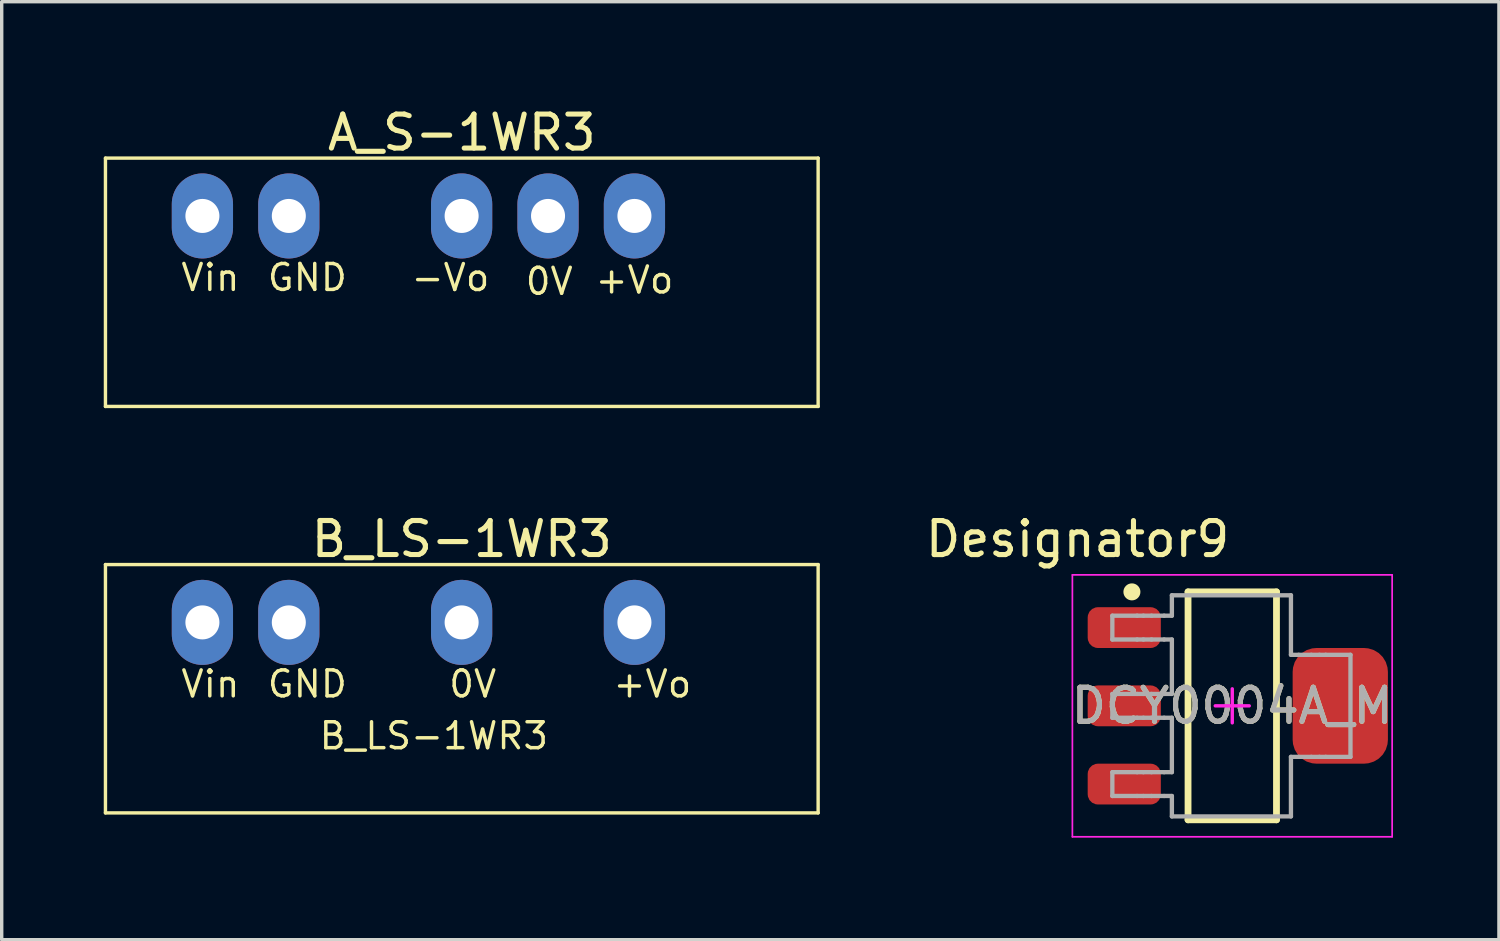
<source format=kicad_pcb>
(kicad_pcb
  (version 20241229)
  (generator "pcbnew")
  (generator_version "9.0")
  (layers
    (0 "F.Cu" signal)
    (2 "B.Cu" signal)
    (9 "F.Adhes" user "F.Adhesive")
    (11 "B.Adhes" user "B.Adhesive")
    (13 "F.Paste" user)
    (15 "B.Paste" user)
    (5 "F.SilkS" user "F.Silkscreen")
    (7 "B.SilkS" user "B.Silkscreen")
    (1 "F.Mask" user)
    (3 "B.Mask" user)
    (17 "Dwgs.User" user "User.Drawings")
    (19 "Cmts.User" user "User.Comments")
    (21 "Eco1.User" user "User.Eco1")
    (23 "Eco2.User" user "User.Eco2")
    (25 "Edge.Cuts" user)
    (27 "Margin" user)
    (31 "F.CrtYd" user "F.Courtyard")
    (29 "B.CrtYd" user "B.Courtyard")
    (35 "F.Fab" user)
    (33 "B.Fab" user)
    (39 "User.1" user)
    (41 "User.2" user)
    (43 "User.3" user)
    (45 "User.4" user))
  (footprint "DCY0004A_M"
    (layer "F.Cu")
    (at 33.174 17.699)
    (property "Reference" "DCY0004A_M" (at 0 0 0) (unlocked yes) (layer "F.SilkS") (effects (font (size 1 1) (thickness 0.15))))
    (attr smd)
    (fp_line (start -1.3 -3.35) (end 1.3 -3.35) (stroke (width 0.2) (type solid)) (layer "F.SilkS"))
    (fp_line (start -1.3 3.35) (end -1.3 -3.35) (stroke (width 0.2) (type solid)) (layer "F.SilkS"))
    (fp_line (start -1.3 3.35) (end 1.3 3.35) (stroke (width 0.2) (type solid)) (layer "F.SilkS"))
    (fp_line (start 1.3 3.35) (end 1.3 -3.35) (stroke (width 0.2) (type solid)) (layer "F.SilkS"))
    (fp_circle (center -2.95 -3.35) (end -2.825 -3.35) (stroke (width 0.25) (type solid)) (fill no) (layer "F.SilkS"))
    (fp_line (start -4.7 -3.85) (end 4.7 -3.85) (stroke (width 0.05) (type solid)) (layer "F.CrtYd"))
    (fp_line (start -4.7 3.85) (end -4.7 -3.85) (stroke (width 0.05) (type solid)) (layer "F.CrtYd"))
    (fp_line (start -4.7 3.85) (end 4.7 3.85) (stroke (width 0.05) (type solid)) (layer "F.CrtYd"))
    (fp_line (start -0.5 0) (end 0.5 0) (stroke (width 0.1) (type solid)) (layer "F.CrtYd"))
    (fp_line (start 0 0.5) (end 0 -0.5) (stroke (width 0.1) (type solid)) (layer "F.CrtYd"))
    (fp_line (start 4.7 3.85) (end 4.7 -3.85) (stroke (width 0.05) (type solid)) (layer "F.CrtYd"))
    (fp_line (start -3.525 -2.65) (end -2.797 -2.65) (stroke (width 0.127) (type solid)) (layer "F.Fab"))
    (fp_line (start -3.525 -1.95) (end -3.525 -2.65) (stroke (width 0.127) (type solid)) (layer "F.Fab"))
    (fp_line (start -3.525 -1.95) (end -2.797 -1.95) (stroke (width 0.127) (type solid)) (layer "F.Fab"))
    (fp_line (start -3.525 -0.35) (end -2.797 -0.35) (stroke (width 0.127) (type solid)) (layer "F.Fab"))
    (fp_line (start -3.525 0.35) (end -3.525 -0.35) (stroke (width 0.127) (type solid)) (layer "F.Fab"))
    (fp_line (start -3.525 0.35) (end -2.797 0.35) (stroke (width 0.127) (type solid)) (layer "F.Fab"))
    (fp_line (start -3.525 1.95) (end -2.797 1.95) (stroke (width 0.127) (type solid)) (layer "F.Fab"))
    (fp_line (start -3.525 2.65) (end -3.525 1.95) (stroke (width 0.127) (type solid)) (layer "F.Fab"))
    (fp_line (start -3.525 2.65) (end -2.797 2.65) (stroke (width 0.127) (type solid)) (layer "F.Fab"))
    (fp_line (start -2.797 -2.65) (end -2.612 -2.65) (stroke (width 0.127) (type solid)) (layer "F.Fab"))
    (fp_line (start -2.797 -1.95) (end -2.612 -1.95) (stroke (width 0.127) (type solid)) (layer "F.Fab"))
    (fp_line (start -2.797 -0.35) (end -2.612 -0.35) (stroke (width 0.127) (type solid)) (layer "F.Fab"))
    (fp_line (start -2.797 0.35) (end -2.612 0.35) (stroke (width 0.127) (type solid)) (layer "F.Fab"))
    (fp_line (start -2.797 1.95) (end -2.612 1.95) (stroke (width 0.127) (type solid)) (layer "F.Fab"))
    (fp_line (start -2.797 2.65) (end -2.612 2.65) (stroke (width 0.127) (type solid)) (layer "F.Fab"))
    (fp_line (start -2.612 -2.65) (end -2.374 -2.65) (stroke (width 0.127) (type solid)) (layer "F.Fab"))
    (fp_line (start -2.612 -1.95) (end -2.374 -1.95) (stroke (width 0.127) (type solid)) (layer "F.Fab"))
    (fp_line (start -2.612 -0.35) (end -2.374 -0.35) (stroke (width 0.127) (type solid)) (layer "F.Fab"))
    (fp_line (start -2.612 0.35) (end -2.374 0.35) (stroke (width 0.127) (type solid)) (layer "F.Fab"))
    (fp_line (start -2.612 1.95) (end -2.374 1.95) (stroke (width 0.127) (type solid)) (layer "F.Fab"))
    (fp_line (start -2.612 2.65) (end -2.374 2.65) (stroke (width 0.127) (type solid)) (layer "F.Fab"))
    (fp_line (start -2.374 -2.65) (end -2.003 -2.65) (stroke (width 0.127) (type solid)) (layer "F.Fab"))
    (fp_line (start -2.374 -1.95) (end -2.003 -1.95) (stroke (width 0.127) (type solid)) (layer "F.Fab"))
    (fp_line (start -2.374 -0.35) (end -2.003 -0.35) (stroke (width 0.127) (type solid)) (layer "F.Fab"))
    (fp_line (start -2.374 0.35) (end -2.003 0.35) (stroke (width 0.127) (type solid)) (layer "F.Fab"))
    (fp_line (start -2.374 1.95) (end -2.003 1.95) (stroke (width 0.127) (type solid)) (layer "F.Fab"))
    (fp_line (start -2.374 2.65) (end -2.003 2.65) (stroke (width 0.127) (type solid)) (layer "F.Fab"))
    (fp_line (start -2.003 -2.65) (end -1.775 -2.65) (stroke (width 0.127) (type solid)) (layer "F.Fab"))
    (fp_line (start -2.003 -1.95) (end -1.775 -1.95) (stroke (width 0.127) (type solid)) (layer "F.Fab"))
    (fp_line (start -2.003 -0.35) (end -1.775 -0.35) (stroke (width 0.127) (type solid)) (layer "F.Fab"))
    (fp_line (start -2.003 0.35) (end -1.775 0.35) (stroke (width 0.127) (type solid)) (layer "F.Fab"))
    (fp_line (start -2.003 1.95) (end -1.775 1.95) (stroke (width 0.127) (type solid)) (layer "F.Fab"))
    (fp_line (start -2.003 2.65) (end -1.775 2.65) (stroke (width 0.127) (type solid)) (layer "F.Fab"))
    (fp_line (start -1.775 -3.25) (end 1.725 -3.25) (stroke (width 0.127) (type solid)) (layer "F.Fab"))
    (fp_line (start -1.775 -2.65) (end -1.775 -3.25) (stroke (width 0.127) (type solid)) (layer "F.Fab"))
    (fp_line (start -1.775 -0.35) (end -1.775 -1.95) (stroke (width 0.127) (type solid)) (layer "F.Fab"))
    (fp_line (start -1.775 1.95) (end -1.775 0.35) (stroke (width 0.127) (type solid)) (layer "F.Fab"))
    (fp_line (start -1.775 3.25) (end -1.775 2.65) (stroke (width 0.127) (type solid)) (layer "F.Fab"))
    (fp_line (start -1.775 3.25) (end 1.725 3.25) (stroke (width 0.127) (type solid)) (layer "F.Fab"))
    (fp_line (start 1.725 -1.5) (end 1.725 -3.25) (stroke (width 0.127) (type solid)) (layer "F.Fab"))
    (fp_line (start 1.725 -1.5) (end 1.953 -1.5) (stroke (width 0.127) (type solid)) (layer "F.Fab"))
    (fp_line (start 1.725 1.5) (end 1.953 1.5) (stroke (width 0.127) (type solid)) (layer "F.Fab"))
    (fp_line (start 1.725 3.25) (end 1.725 1.5) (stroke (width 0.127) (type solid)) (layer "F.Fab"))
    (fp_line (start 1.953 -1.5) (end 2.324 -1.5) (stroke (width 0.127) (type solid)) (layer "F.Fab"))
    (fp_line (start 1.953 1.5) (end 2.324 1.5) (stroke (width 0.127) (type solid)) (layer "F.Fab"))
    (fp_line (start 2.324 -1.5) (end 2.562 -1.5) (stroke (width 0.127) (type solid)) (layer "F.Fab"))
    (fp_line (start 2.324 1.5) (end 2.562 1.5) (stroke (width 0.127) (type solid)) (layer "F.Fab"))
    (fp_line (start 2.562 -1.5) (end 2.747 -1.5) (stroke (width 0.127) (type solid)) (layer "F.Fab"))
    (fp_line (start 2.562 1.5) (end 2.747 1.5) (stroke (width 0.127) (type solid)) (layer "F.Fab"))
    (fp_line (start 2.747 -1.5) (end 3.475 -1.5) (stroke (width 0.127) (type solid)) (layer "F.Fab"))
    (fp_line (start 2.747 1.5) (end 3.475 1.5) (stroke (width 0.127) (type solid)) (layer "F.Fab"))
    (fp_line (start 3.475 1.5) (end 3.475 -1.5) (stroke (width 0.127) (type solid)) (layer "F.Fab"))
    (fp_text user "Designator9" (at -4.547 -4.902 0) (unlocked yes) (layer "F.SilkS") (effects (font (size 1 1) (thickness 0.15))))
    (fp_text user "${REFERENCE}" (at 0 0 0) (unlocked yes) (layer "F.Fab") (effects (font (size 1 1) (thickness 0.15))))
    (pad "1" smd roundrect (at -3.175 -2.3 90) (size 1.2 2.15) (layers "F.Cu" "F.Mask" "F.Paste") (roundrect_rratio 0.25))
    (pad "2" smd roundrect (at -3.175 0 90) (size 1.2 2.15) (layers "F.Cu" "F.Mask" "F.Paste") (roundrect_rratio 0.25))
    (pad "3" smd roundrect (at -3.175 2.3 90) (size 1.2 2.15) (layers "F.Cu" "F.Mask" "F.Paste") (roundrect_rratio 0.25))
    (pad "4" smd roundrect (at 3.175 0 90) (size 3.4 2.8) (layers "F.Cu" "F.Mask" "F.Paste") (roundrect_rratio 0.25)))
  (footprint "B_LS-1WR3"
    (layer "F.Cu")
    (at 9.25 15.246)
    (property "Reference" "B_LS-1WR3" (at 1.275 -2.45 0) (layer "F.SilkS") (effects (font (size 1 1) (thickness 0.15))))
    (fp_line (start -9.2 -1.7) (end 11.75 -1.7) (stroke (width 0.1) (type solid)) (layer "F.SilkS"))
    (fp_line (start -9.2 5.6) (end -9.2 -1.7) (stroke (width 0.1) (type solid)) (layer "F.SilkS"))
    (fp_line (start -9.2 5.6) (end 11.75 5.6) (stroke (width 0.1) (type solid)) (layer "F.SilkS"))
    (fp_line (start 11.75 5.6) (end 11.75 -1.7) (stroke (width 0.1) (type solid)) (layer "F.SilkS"))
    (fp_text user "+Vo" (at 5.666 2.257 0) (unlocked yes) (layer "F.SilkS") (effects (font (size 0.762 0.762) (thickness 0.102)) (justify left bottom)))
    (fp_text user "GND" (at -4.494 2.257 0) (unlocked yes) (layer "F.SilkS") (effects (font (size 0.762 0.762) (thickness 0.102)) (justify left bottom)))
    (fp_text user "B_LS-1WR3" (at -2.97 3.781 0) (unlocked yes) (layer "F.SilkS") (effects (font (size 0.762 0.762) (thickness 0.102)) (justify left bottom)))
    (fp_text user "Vin" (at -7.034 2.257 0) (unlocked yes) (layer "F.SilkS") (effects (font (size 0.762 0.762) (thickness 0.102)) (justify left bottom)))
    (fp_text user "0V" (at 0.84 2.257 0) (unlocked yes) (layer "F.SilkS") (effects (font (size 0.762 0.762) (thickness 0.102)) (justify left bottom)))
    (pad "1" thru_hole oval (at -6.35 0) (size 1.8 2.5) (drill 1) (layers "*.Cu" "*.Mask"))
    (pad "2" thru_hole oval (at -3.81 0) (size 1.8 2.5) (drill 1) (layers "*.Cu" "*.Mask"))
    (pad "4" thru_hole oval (at 1.27 0) (size 1.8 2.5) (drill 1) (layers "*.Cu" "*.Mask"))
    (pad "6" thru_hole oval (at 6.35 0) (size 1.8 2.5) (drill 1) (layers "*.Cu" "*.Mask")))
  (footprint "A_S-1WR3"
    (layer "F.Cu")
    (at 9.25 3.298)
    (property "Reference" "A_S-1WR3" (at 1.275 -2.45 0) (layer "F.SilkS") (effects (font (size 1 1) (thickness 0.15))))
    (fp_line (start -9.2 -1.7) (end 11.75 -1.7) (stroke (width 0.1) (type solid)) (layer "F.SilkS"))
    (fp_line (start -9.2 5.6) (end -9.2 -1.7) (stroke (width 0.1) (type solid)) (layer "F.SilkS"))
    (fp_line (start -9.2 5.6) (end 11.75 5.6) (stroke (width 0.1) (type solid)) (layer "F.SilkS"))
    (fp_line (start 11.75 5.6) (end 11.75 -1.7) (stroke (width 0.1) (type solid)) (layer "F.SilkS"))
    (fp_text user "GND" (at -4.494 2.257 0) (unlocked yes) (layer "F.SilkS") (effects (font (size 0.762 0.762) (thickness 0.102)) (justify left bottom)))
    (fp_text user "0V" (at 3.09 2.37 0) (unlocked yes) (layer "F.SilkS") (effects (font (size 0.762 0.762) (thickness 0.102)) (justify left bottom)))
    (fp_text user "-Vo" (at -0.27 2.26 0) (unlocked yes) (layer "F.SilkS") (effects (font (size 0.762 0.762) (thickness 0.102)) (justify left bottom)))
    (fp_text user "+Vo" (at 5.14 2.33 0) (unlocked yes) (layer "F.SilkS") (effects (font (size 0.762 0.762) (thickness 0.102)) (justify left bottom)))
    (fp_text user "Vin" (at -7.034 2.257 0) (unlocked yes) (layer "F.SilkS") (effects (font (size 0.762 0.762) (thickness 0.102)) (justify left bottom)))
    (pad "1" thru_hole oval (at -6.35 0) (size 1.8 2.5) (drill 1) (layers "*.Cu" "*.Mask"))
    (pad "2" thru_hole oval (at -3.81 0) (size 1.8 2.5) (drill 1) (layers "*.Cu" "*.Mask"))
    (pad "4" thru_hole oval (at 1.27 0) (size 1.8 2.5) (drill 1) (layers "*.Cu" "*.Mask"))
    (pad "5" thru_hole oval (at 3.81 0) (size 1.8 2.5) (drill 1) (layers "*.Cu" "*.Mask"))
    (pad "6" thru_hole oval (at 6.35 0) (size 1.8 2.5) (drill 1) (layers "*.Cu" "*.Mask")))
  (gr_rect
    (start -3 -3)
    (end 41.013 24.574)
    (stroke (width 0.1) (type default))
    (fill no)
    (layer "Edge.Cuts")))
</source>
